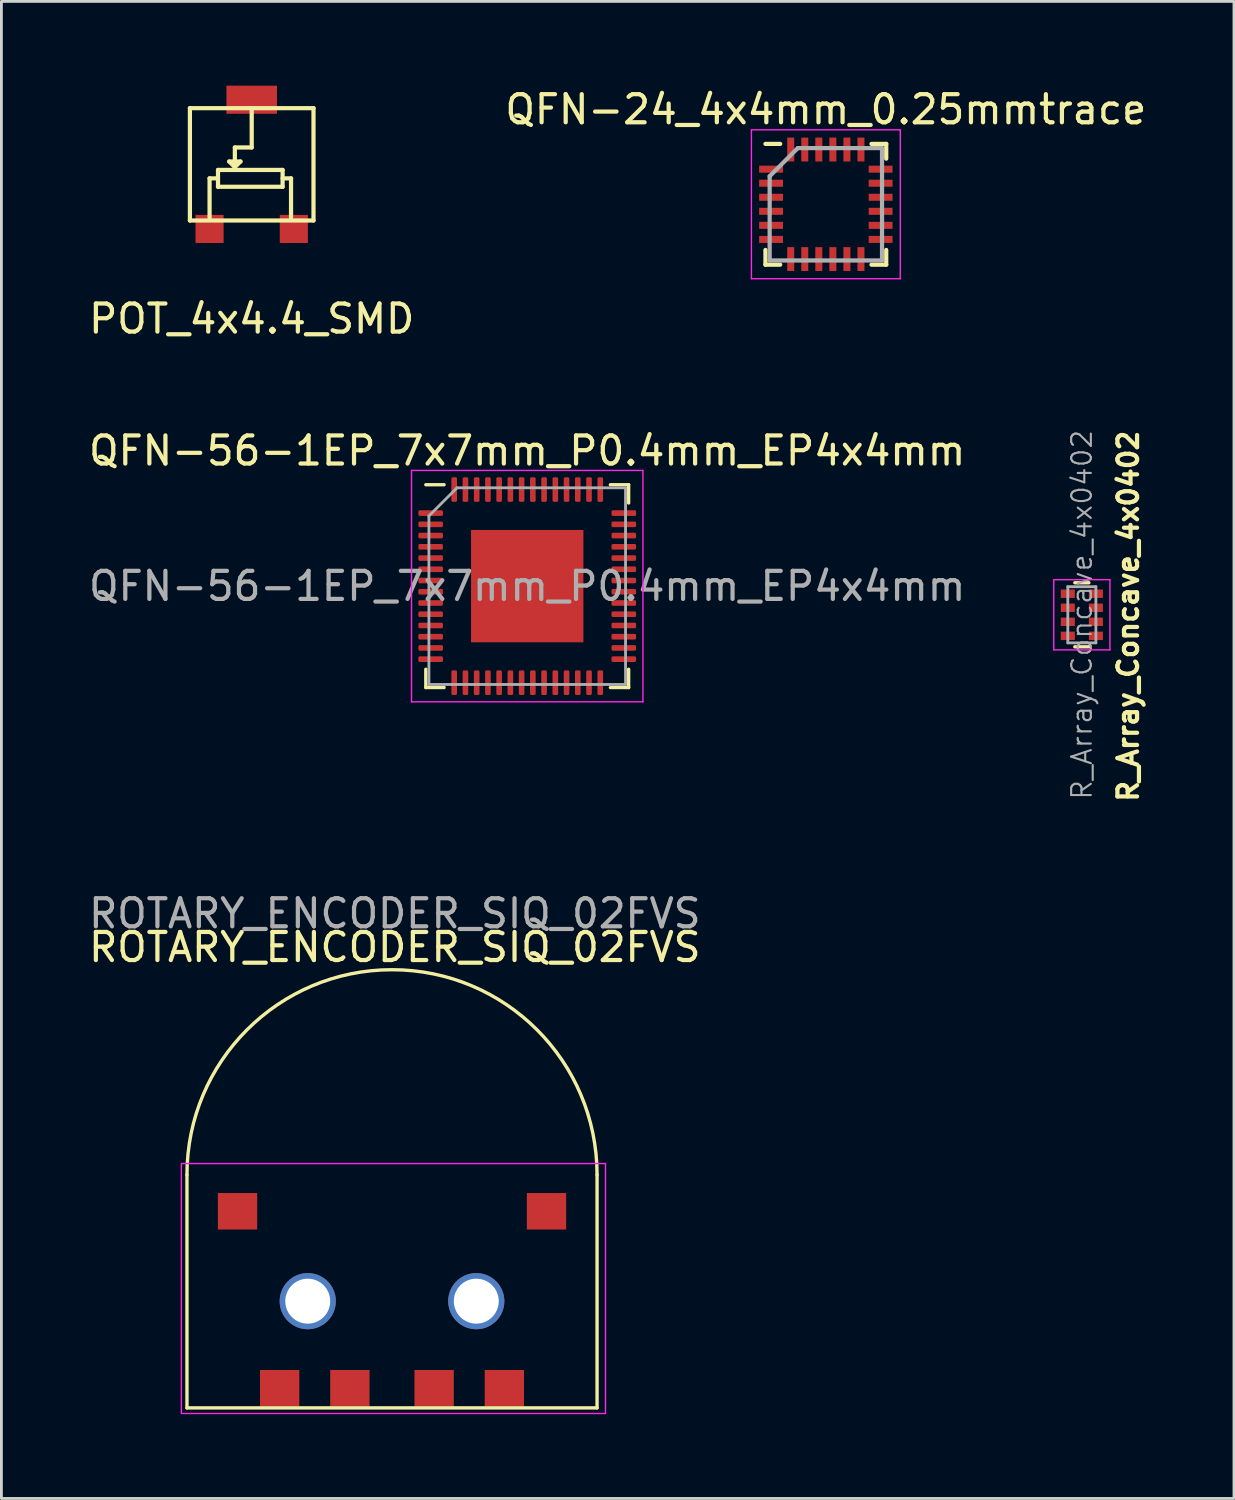
<source format=kicad_pcb>
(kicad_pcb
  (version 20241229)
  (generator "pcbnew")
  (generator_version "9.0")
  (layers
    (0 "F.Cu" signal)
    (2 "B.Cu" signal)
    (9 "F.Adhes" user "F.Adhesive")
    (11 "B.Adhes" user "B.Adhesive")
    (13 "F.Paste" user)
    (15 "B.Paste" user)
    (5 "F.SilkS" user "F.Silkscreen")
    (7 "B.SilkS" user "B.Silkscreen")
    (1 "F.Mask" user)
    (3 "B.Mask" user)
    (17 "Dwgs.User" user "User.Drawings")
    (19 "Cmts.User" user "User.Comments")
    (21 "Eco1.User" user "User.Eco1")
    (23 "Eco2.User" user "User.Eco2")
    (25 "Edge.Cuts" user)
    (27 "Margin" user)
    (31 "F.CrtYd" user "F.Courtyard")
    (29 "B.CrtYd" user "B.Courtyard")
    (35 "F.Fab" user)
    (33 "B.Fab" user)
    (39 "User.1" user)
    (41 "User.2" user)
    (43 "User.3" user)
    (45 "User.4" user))
  (footprint "ROTARY_ENCODER_SIQ_02FVS"
    (layer "F.Cu")
    (at 10.906 43.273)
    (property "Reference" "ROTARY_ENCODER_SIQ_02FVS" (at 0.1 -12.6 0) (unlocked yes) (layer "F.SilkS") (effects (font (size 1 1) (thickness 0.15))))
    (fp_line (start -7.3 -4.5) (end -7.3 3.8) (stroke (width 0.12) (type solid)) (layer "F.SilkS"))
    (fp_line (start -7.3 3.8) (end 7.3 3.8) (stroke (width 0.12) (type solid)) (layer "F.SilkS"))
    (fp_line (start 7.3 3.8) (end 7.3 -4.5) (stroke (width 0.12) (type solid)) (layer "F.SilkS"))
    (fp_arc (start -7.3 -4.5) (mid 0 -11.8) (end 7.3 -4.5) (stroke (width 0.12) (type solid)) (layer "F.SilkS"))
    (fp_rect (start -7.5 4) (end 7.6 -4.9) (stroke (width 0.05) (type solid)) (fill no) (layer "F.CrtYd"))
    (fp_text user "${REFERENCE}" (at 0.1 -13.8 0) (unlocked yes) (layer "F.Fab") (effects (font (size 1 1) (thickness 0.15))))
    (pad "" smd rect (at -5.5 -3.2) (size 1.4 1.3) (layers "F.Cu" "F.Mask" "F.Paste"))
    (pad "" np_thru_hole circle (at -3 0) (size 2 2) (drill 1.6) (layers "*.Cu" "*.Mask"))
    (pad "" np_thru_hole circle (at 3 0) (size 2 2) (drill 1.6) (layers "*.Cu" "*.Mask"))
    (pad "" smd rect (at 5.5 -3.2) (size 1.4 1.3) (layers "F.Cu" "F.Mask" "F.Paste"))
    (pad "1" smd rect (at -4 3.1) (size 1.4 1.3) (layers "F.Cu" "F.Mask" "F.Paste"))
    (pad "2" smd rect (at -1.5 3.1) (size 1.4 1.3) (layers "F.Cu" "F.Mask" "F.Paste"))
    (pad "3" smd rect (at 1.5 3.1) (size 1.4 1.3) (layers "F.Cu" "F.Mask" "F.Paste"))
    (pad "4" smd rect (at 4 3.1) (size 1.4 1.3) (layers "F.Cu" "F.Mask" "F.Paste")))
  (footprint "R_Array_Concave_4x0402"
    (layer "F.Cu")
    (at 35.465 18.837)
    (property "Reference" "R_Array_Concave_4x0402" (at 1.65 0.05 90) (layer "F.SilkS") (effects (font (size 0.7 0.7) (thickness 0.15))))
    (attr smd)
    (fp_line (start 0.25 -1.14) (end -0.25 -1.14) (stroke (width 0.12) (type solid)) (layer "F.SilkS"))
    (fp_line (start 0.25 1.14) (end -0.25 1.14) (stroke (width 0.12) (type solid)) (layer "F.SilkS"))
    (fp_line (start -1 -1.25) (end -1 1.25) (stroke (width 0.05) (type solid)) (layer "F.CrtYd"))
    (fp_line (start -1 -1.25) (end 1 -1.25) (stroke (width 0.05) (type solid)) (layer "F.CrtYd"))
    (fp_line (start 1 1.25) (end -1 1.25) (stroke (width 0.05) (type solid)) (layer "F.CrtYd"))
    (fp_line (start 1 1.25) (end 1 -1.25) (stroke (width 0.05) (type solid)) (layer "F.CrtYd"))
    (fp_line (start -0.5 -1) (end 0.5 -1) (stroke (width 0.1) (type solid)) (layer "F.Fab"))
    (fp_line (start -0.5 1) (end -0.5 -1) (stroke (width 0.1) (type solid)) (layer "F.Fab"))
    (fp_line (start 0.5 -1) (end 0.5 1) (stroke (width 0.1) (type solid)) (layer "F.Fab"))
    (fp_line (start 0.5 1) (end -0.5 1) (stroke (width 0.1) (type solid)) (layer "F.Fab"))
    (fp_text user "${REFERENCE}" (at 0 0 270) (layer "F.Fab") (effects (font (size 0.7 0.7) (thickness 0.075))))
    (pad "1" smd rect (at -0.5 -0.75) (size 0.5 0.3) (layers "F.Cu" "F.Mask" "F.Paste"))
    (pad "2" smd rect (at -0.5 -0.25) (size 0.5 0.3) (layers "F.Cu" "F.Mask" "F.Paste"))
    (pad "3" smd rect (at -0.5 0.25) (size 0.5 0.3) (layers "F.Cu" "F.Mask" "F.Paste"))
    (pad "4" smd rect (at -0.5 0.75) (size 0.5 0.3) (layers "F.Cu" "F.Mask" "F.Paste"))
    (pad "5" smd rect (at 0.5 0.75) (size 0.5 0.3) (layers "F.Cu" "F.Mask" "F.Paste"))
    (pad "6" smd rect (at 0.5 0.25) (size 0.5 0.3) (layers "F.Cu" "F.Mask" "F.Paste"))
    (pad "7" smd rect (at 0.5 -0.25) (size 0.5 0.3) (layers "F.Cu" "F.Mask" "F.Paste"))
    (pad "8" smd rect (at 0.5 -0.75) (size 0.5 0.3) (layers "F.Cu" "F.Mask" "F.Paste")))
  (footprint "QFN-56-1EP_7x7mm_P0.4mm_EP4x4mm"
    (layer "F.Cu")
    (at 15.72 17.817)
    (property "Reference" "QFN-56-1EP_7x7mm_P0.4mm_EP4x4mm" (at 0 -4.82 0) (layer "F.SilkS") (effects (font (size 1 1) (thickness 0.15))))
    (attr smd)
    (fp_line (start -3.61 3.61) (end -3.61 2.96) (stroke (width 0.12) (type solid)) (layer "F.SilkS"))
    (fp_line (start -2.96 -3.61) (end -3.61 -3.61) (stroke (width 0.12) (type solid)) (layer "F.SilkS"))
    (fp_line (start -2.96 3.61) (end -3.61 3.61) (stroke (width 0.12) (type solid)) (layer "F.SilkS"))
    (fp_line (start 2.96 -3.61) (end 3.61 -3.61) (stroke (width 0.12) (type solid)) (layer "F.SilkS"))
    (fp_line (start 2.96 3.61) (end 3.61 3.61) (stroke (width 0.12) (type solid)) (layer "F.SilkS"))
    (fp_line (start 3.61 -3.61) (end 3.61 -2.96) (stroke (width 0.12) (type solid)) (layer "F.SilkS"))
    (fp_line (start 3.61 3.61) (end 3.61 2.96) (stroke (width 0.12) (type solid)) (layer "F.SilkS"))
    (fp_line (start -4.12 -4.12) (end -4.12 4.12) (stroke (width 0.05) (type solid)) (layer "F.CrtYd"))
    (fp_line (start -4.12 4.12) (end 4.12 4.12) (stroke (width 0.05) (type solid)) (layer "F.CrtYd"))
    (fp_line (start 4.12 -4.12) (end -4.12 -4.12) (stroke (width 0.05) (type solid)) (layer "F.CrtYd"))
    (fp_line (start 4.12 4.12) (end 4.12 -4.12) (stroke (width 0.05) (type solid)) (layer "F.CrtYd"))
    (fp_line (start -3.5 -2.5) (end -2.5 -3.5) (stroke (width 0.1) (type solid)) (layer "F.Fab"))
    (fp_line (start -3.5 3.5) (end -3.5 -2.5) (stroke (width 0.1) (type solid)) (layer "F.Fab"))
    (fp_line (start -2.5 -3.5) (end 3.5 -3.5) (stroke (width 0.1) (type solid)) (layer "F.Fab"))
    (fp_line (start 3.5 -3.5) (end 3.5 3.5) (stroke (width 0.1) (type solid)) (layer "F.Fab"))
    (fp_line (start 3.5 3.5) (end -3.5 3.5) (stroke (width 0.1) (type solid)) (layer "F.Fab"))
    (fp_text user "${REFERENCE}" (at 0 0 0) (layer "F.Fab") (effects (font (size 1 1) (thickness 0.15))))
    (pad "1" smd roundrect (at -3.438 -2.6) (size 0.875 0.2) (layers "F.Cu" "F.Mask" "F.Paste") (roundrect_rratio 0.25))
    (pad "2" smd roundrect (at -3.438 -2.2) (size 0.875 0.2) (layers "F.Cu" "F.Mask" "F.Paste") (roundrect_rratio 0.25))
    (pad "3" smd roundrect (at -3.438 -1.8) (size 0.875 0.2) (layers "F.Cu" "F.Mask" "F.Paste") (roundrect_rratio 0.25))
    (pad "4" smd roundrect (at -3.438 -1.4) (size 0.875 0.2) (layers "F.Cu" "F.Mask" "F.Paste") (roundrect_rratio 0.25))
    (pad "5" smd roundrect (at -3.438 -1) (size 0.875 0.2) (layers "F.Cu" "F.Mask" "F.Paste") (roundrect_rratio 0.25))
    (pad "6" smd roundrect (at -3.438 -0.6) (size 0.875 0.2) (layers "F.Cu" "F.Mask" "F.Paste") (roundrect_rratio 0.25))
    (pad "7" smd roundrect (at -3.438 -0.2) (size 0.875 0.2) (layers "F.Cu" "F.Mask" "F.Paste") (roundrect_rratio 0.25))
    (pad "8" smd roundrect (at -3.438 0.2) (size 0.875 0.2) (layers "F.Cu" "F.Mask" "F.Paste") (roundrect_rratio 0.25))
    (pad "9" smd roundrect (at -3.438 0.6) (size 0.875 0.2) (layers "F.Cu" "F.Mask" "F.Paste") (roundrect_rratio 0.25))
    (pad "10" smd roundrect (at -3.438 1) (size 0.875 0.2) (layers "F.Cu" "F.Mask" "F.Paste") (roundrect_rratio 0.25))
    (pad "11" smd roundrect (at -3.438 1.4) (size 0.875 0.2) (layers "F.Cu" "F.Mask" "F.Paste") (roundrect_rratio 0.25))
    (pad "12" smd roundrect (at -3.438 1.8) (size 0.875 0.2) (layers "F.Cu" "F.Mask" "F.Paste") (roundrect_rratio 0.25))
    (pad "13" smd roundrect (at -3.438 2.2) (size 0.875 0.2) (layers "F.Cu" "F.Mask" "F.Paste") (roundrect_rratio 0.25))
    (pad "14" smd roundrect (at -3.438 2.6) (size 0.875 0.2) (layers "F.Cu" "F.Mask" "F.Paste") (roundrect_rratio 0.25))
    (pad "15" smd roundrect (at -2.6 3.438) (size 0.2 0.875) (layers "F.Cu" "F.Mask" "F.Paste") (roundrect_rratio 0.25))
    (pad "16" smd roundrect (at -2.2 3.438) (size 0.2 0.875) (layers "F.Cu" "F.Mask" "F.Paste") (roundrect_rratio 0.25))
    (pad "17" smd roundrect (at -1.8 3.438) (size 0.2 0.875) (layers "F.Cu" "F.Mask" "F.Paste") (roundrect_rratio 0.25))
    (pad "18" smd roundrect (at -1.4 3.438) (size 0.2 0.875) (layers "F.Cu" "F.Mask" "F.Paste") (roundrect_rratio 0.25))
    (pad "19" smd roundrect (at -1 3.438) (size 0.2 0.875) (layers "F.Cu" "F.Mask" "F.Paste") (roundrect_rratio 0.25))
    (pad "20" smd roundrect (at -0.6 3.438) (size 0.2 0.875) (layers "F.Cu" "F.Mask" "F.Paste") (roundrect_rratio 0.25))
    (pad "21" smd roundrect (at -0.2 3.438) (size 0.2 0.875) (layers "F.Cu" "F.Mask" "F.Paste") (roundrect_rratio 0.25))
    (pad "22" smd roundrect (at 0.2 3.438) (size 0.2 0.875) (layers "F.Cu" "F.Mask" "F.Paste") (roundrect_rratio 0.25))
    (pad "23" smd roundrect (at 0.6 3.438) (size 0.2 0.875) (layers "F.Cu" "F.Mask" "F.Paste") (roundrect_rratio 0.25))
    (pad "24" smd roundrect (at 1 3.438) (size 0.2 0.875) (layers "F.Cu" "F.Mask" "F.Paste") (roundrect_rratio 0.25))
    (pad "25" smd roundrect (at 1.4 3.438) (size 0.2 0.875) (layers "F.Cu" "F.Mask" "F.Paste") (roundrect_rratio 0.25))
    (pad "26" smd roundrect (at 1.8 3.438) (size 0.2 0.875) (layers "F.Cu" "F.Mask" "F.Paste") (roundrect_rratio 0.25))
    (pad "27" smd roundrect (at 2.2 3.438) (size 0.2 0.875) (layers "F.Cu" "F.Mask" "F.Paste") (roundrect_rratio 0.25))
    (pad "28" smd roundrect (at 2.6 3.438) (size 0.2 0.875) (layers "F.Cu" "F.Mask" "F.Paste") (roundrect_rratio 0.25))
    (pad "29" smd roundrect (at 3.438 2.6) (size 0.875 0.2) (layers "F.Cu" "F.Mask" "F.Paste") (roundrect_rratio 0.25))
    (pad "30" smd roundrect (at 3.438 2.2) (size 0.875 0.2) (layers "F.Cu" "F.Mask" "F.Paste") (roundrect_rratio 0.25))
    (pad "31" smd roundrect (at 3.438 1.8) (size 0.875 0.2) (layers "F.Cu" "F.Mask" "F.Paste") (roundrect_rratio 0.25))
    (pad "32" smd roundrect (at 3.438 1.4) (size 0.875 0.2) (layers "F.Cu" "F.Mask" "F.Paste") (roundrect_rratio 0.25))
    (pad "33" smd roundrect (at 3.438 1) (size 0.875 0.2) (layers "F.Cu" "F.Mask" "F.Paste") (roundrect_rratio 0.25))
    (pad "34" smd roundrect (at 3.438 0.6) (size 0.875 0.2) (layers "F.Cu" "F.Mask" "F.Paste") (roundrect_rratio 0.25))
    (pad "35" smd roundrect (at 3.438 0.2) (size 0.875 0.2) (layers "F.Cu" "F.Mask" "F.Paste") (roundrect_rratio 0.25))
    (pad "36" smd roundrect (at 3.438 -0.2) (size 0.875 0.2) (layers "F.Cu" "F.Mask" "F.Paste") (roundrect_rratio 0.25))
    (pad "37" smd roundrect (at 3.438 -0.6) (size 0.875 0.2) (layers "F.Cu" "F.Mask" "F.Paste") (roundrect_rratio 0.25))
    (pad "38" smd roundrect (at 3.438 -1) (size 0.875 0.2) (layers "F.Cu" "F.Mask" "F.Paste") (roundrect_rratio 0.25))
    (pad "39" smd roundrect (at 3.438 -1.4) (size 0.875 0.2) (layers "F.Cu" "F.Mask" "F.Paste") (roundrect_rratio 0.25))
    (pad "40" smd roundrect (at 3.438 -1.8) (size 0.875 0.2) (layers "F.Cu" "F.Mask" "F.Paste") (roundrect_rratio 0.25))
    (pad "41" smd roundrect (at 3.438 -2.2) (size 0.875 0.2) (layers "F.Cu" "F.Mask" "F.Paste") (roundrect_rratio 0.25))
    (pad "42" smd roundrect (at 3.438 -2.6) (size 0.875 0.2) (layers "F.Cu" "F.Mask" "F.Paste") (roundrect_rratio 0.25))
    (pad "43" smd roundrect (at 2.6 -3.438) (size 0.2 0.875) (layers "F.Cu" "F.Mask" "F.Paste") (roundrect_rratio 0.25))
    (pad "44" smd roundrect (at 2.2 -3.438) (size 0.2 0.875) (layers "F.Cu" "F.Mask" "F.Paste") (roundrect_rratio 0.25))
    (pad "45" smd roundrect (at 1.8 -3.438) (size 0.2 0.875) (layers "F.Cu" "F.Mask" "F.Paste") (roundrect_rratio 0.25))
    (pad "46" smd roundrect (at 1.4 -3.438) (size 0.2 0.875) (layers "F.Cu" "F.Mask" "F.Paste") (roundrect_rratio 0.25))
    (pad "47" smd roundrect (at 1 -3.438) (size 0.2 0.875) (layers "F.Cu" "F.Mask" "F.Paste") (roundrect_rratio 0.25))
    (pad "48" smd roundrect (at 0.6 -3.438) (size 0.2 0.875) (layers "F.Cu" "F.Mask" "F.Paste") (roundrect_rratio 0.25))
    (pad "49" smd roundrect (at 0.2 -3.438) (size 0.2 0.875) (layers "F.Cu" "F.Mask" "F.Paste") (roundrect_rratio 0.25))
    (pad "50" smd roundrect (at -0.2 -3.438) (size 0.2 0.875) (layers "F.Cu" "F.Mask" "F.Paste") (roundrect_rratio 0.25))
    (pad "51" smd roundrect (at -0.6 -3.438) (size 0.2 0.875) (layers "F.Cu" "F.Mask" "F.Paste") (roundrect_rratio 0.25))
    (pad "52" smd roundrect (at -1 -3.438) (size 0.2 0.875) (layers "F.Cu" "F.Mask" "F.Paste") (roundrect_rratio 0.25))
    (pad "53" smd roundrect (at -1.4 -3.438) (size 0.2 0.875) (layers "F.Cu" "F.Mask" "F.Paste") (roundrect_rratio 0.25))
    (pad "54" smd roundrect (at -1.8 -3.438) (size 0.2 0.875) (layers "F.Cu" "F.Mask" "F.Paste") (roundrect_rratio 0.25))
    (pad "55" smd roundrect (at -2.2 -3.438) (size 0.2 0.875) (layers "F.Cu" "F.Mask" "F.Paste") (roundrect_rratio 0.25))
    (pad "56" smd roundrect (at -2.6 -3.438) (size 0.2 0.875) (layers "F.Cu" "F.Mask" "F.Paste") (roundrect_rratio 0.25))
    (pad "57" smd rect (at 0 0) (size 4 4) (layers "F.Cu" "F.Mask")))
  (footprint "QFN-24_4x4mm_0.25mmtrace"
    (layer "F.Cu")
    (at 26.351 4.223)
    (property "Reference" "QFN-24_4x4mm_0.25mmtrace" (at 0 -3.375 0) (layer "F.SilkS") (effects (font (size 1 1) (thickness 0.15))))
    (attr smd)
    (fp_line (start -2.15 -2.15) (end -1.625 -2.15) (stroke (width 0.15) (type solid)) (layer "F.SilkS"))
    (fp_line (start -2.15 2.15) (end -2.15 1.625) (stroke (width 0.15) (type solid)) (layer "F.SilkS"))
    (fp_line (start -2.15 2.15) (end -1.625 2.15) (stroke (width 0.15) (type solid)) (layer "F.SilkS"))
    (fp_line (start 2.15 -2.15) (end 1.625 -2.15) (stroke (width 0.15) (type solid)) (layer "F.SilkS"))
    (fp_line (start 2.15 -2.15) (end 2.15 -1.625) (stroke (width 0.15) (type solid)) (layer "F.SilkS"))
    (fp_line (start 2.15 2.15) (end 1.625 2.15) (stroke (width 0.15) (type solid)) (layer "F.SilkS"))
    (fp_line (start 2.15 2.15) (end 2.15 1.625) (stroke (width 0.15) (type solid)) (layer "F.SilkS"))
    (fp_line (start -2.65 -2.65) (end -2.65 2.65) (stroke (width 0.05) (type solid)) (layer "F.CrtYd"))
    (fp_line (start -2.65 -2.65) (end 2.65 -2.65) (stroke (width 0.05) (type solid)) (layer "F.CrtYd"))
    (fp_line (start -2.65 2.65) (end 2.65 2.65) (stroke (width 0.05) (type solid)) (layer "F.CrtYd"))
    (fp_line (start 2.65 -2.65) (end 2.65 2.65) (stroke (width 0.05) (type solid)) (layer "F.CrtYd"))
    (fp_line (start -2 -1) (end -1 -2) (stroke (width 0.15) (type solid)) (layer "F.Fab"))
    (fp_line (start -2 2) (end -2 -1) (stroke (width 0.15) (type solid)) (layer "F.Fab"))
    (fp_line (start -1 -2) (end 2 -2) (stroke (width 0.15) (type solid)) (layer "F.Fab"))
    (fp_line (start 2 -2) (end 2 2) (stroke (width 0.15) (type solid)) (layer "F.Fab"))
    (fp_line (start 2 2) (end -2 2) (stroke (width 0.15) (type solid)) (layer "F.Fab"))
    (pad "1" smd rect (at -1.95 -1.25) (size 0.85 0.25) (layers "F.Cu" "F.Mask" "F.Paste"))
    (pad "2" smd rect (at -1.95 -0.75) (size 0.85 0.25) (layers "F.Cu" "F.Mask" "F.Paste"))
    (pad "3" smd rect (at -1.95 -0.25) (size 0.85 0.25) (layers "F.Cu" "F.Mask" "F.Paste"))
    (pad "4" smd rect (at -1.95 0.25) (size 0.85 0.25) (layers "F.Cu" "F.Mask" "F.Paste"))
    (pad "5" smd rect (at -1.95 0.75) (size 0.85 0.25) (layers "F.Cu" "F.Mask" "F.Paste"))
    (pad "6" smd rect (at -1.95 1.25) (size 0.85 0.25) (layers "F.Cu" "F.Mask" "F.Paste"))
    (pad "7" smd rect (at -1.25 1.95 90) (size 0.85 0.25) (layers "F.Cu" "F.Mask" "F.Paste"))
    (pad "8" smd rect (at -0.75 1.95 90) (size 0.85 0.25) (layers "F.Cu" "F.Mask" "F.Paste"))
    (pad "9" smd rect (at -0.25 1.95 90) (size 0.85 0.25) (layers "F.Cu" "F.Mask" "F.Paste"))
    (pad "10" smd rect (at 0.25 1.95 90) (size 0.85 0.25) (layers "F.Cu" "F.Mask" "F.Paste"))
    (pad "11" smd rect (at 0.75 1.95 90) (size 0.85 0.25) (layers "F.Cu" "F.Mask" "F.Paste"))
    (pad "12" smd rect (at 1.25 1.95 90) (size 0.85 0.25) (layers "F.Cu" "F.Mask" "F.Paste"))
    (pad "13" smd rect (at 1.95 1.25) (size 0.85 0.25) (layers "F.Cu" "F.Mask" "F.Paste"))
    (pad "14" smd rect (at 1.95 0.75) (size 0.85 0.25) (layers "F.Cu" "F.Mask" "F.Paste"))
    (pad "15" smd rect (at 1.95 0.25) (size 0.85 0.25) (layers "F.Cu" "F.Mask" "F.Paste"))
    (pad "16" smd rect (at 1.95 -0.25) (size 0.85 0.25) (layers "F.Cu" "F.Mask" "F.Paste"))
    (pad "17" smd rect (at 1.95 -0.75) (size 0.85 0.25) (layers "F.Cu" "F.Mask" "F.Paste"))
    (pad "18" smd rect (at 1.95 -1.25) (size 0.85 0.25) (layers "F.Cu" "F.Mask" "F.Paste"))
    (pad "19" smd rect (at 1.25 -1.95 90) (size 0.85 0.25) (layers "F.Cu" "F.Mask" "F.Paste"))
    (pad "20" smd rect (at 0.75 -1.95 90) (size 0.85 0.25) (layers "F.Cu" "F.Mask" "F.Paste"))
    (pad "21" smd rect (at 0.25 -1.95 90) (size 0.85 0.25) (layers "F.Cu" "F.Mask" "F.Paste"))
    (pad "22" smd rect (at -0.25 -1.95 90) (size 0.85 0.25) (layers "F.Cu" "F.Mask" "F.Paste"))
    (pad "23" smd rect (at -0.75 -1.95 90) (size 0.85 0.25) (layers "F.Cu" "F.Mask" "F.Paste"))
    (pad "24" smd rect (at -1.25 -1.95 90) (size 0.85 0.25) (layers "F.Cu" "F.Mask" "F.Paste")))
  (footprint "POT_4x4.4_SMD"
    (layer "F.Cu")
    (at 5.911 2.8)
    (property "Reference" "POT_4x4.4_SMD" (at 0 5.5 0) (layer "F.SilkS") (effects (font (size 1 1) (thickness 0.15))))
    (attr through_hole)
    (fp_line (start -2.2 -2) (end 2.2 -2) (stroke (width 0.15) (type solid)) (layer "F.SilkS"))
    (fp_line (start -2.2 2) (end -2.2 -2) (stroke (width 0.15) (type solid)) (layer "F.SilkS"))
    (fp_line (start -1.5 0.5) (end -1.5 1.9) (stroke (width 0.15) (type solid)) (layer "F.SilkS"))
    (fp_line (start -1.2 0.2) (end 1.1 0.2) (stroke (width 0.15) (type solid)) (layer "F.SilkS"))
    (fp_line (start -1.2 0.5) (end -1.5 0.5) (stroke (width 0.15) (type solid)) (layer "F.SilkS"))
    (fp_line (start -1.2 0.8) (end -1.2 0.2) (stroke (width 0.15) (type solid)) (layer "F.SilkS"))
    (fp_line (start -0.8 -0.1) (end -0.4 -0.1) (stroke (width 0.15) (type solid)) (layer "F.SilkS"))
    (fp_line (start -0.6 -0.6) (end -0.6 0.1) (stroke (width 0.15) (type solid)) (layer "F.SilkS"))
    (fp_line (start -0.6 0.1) (end -0.8 -0.1) (stroke (width 0.15) (type solid)) (layer "F.SilkS"))
    (fp_line (start -0.4 -0.1) (end -0.6 0.1) (stroke (width 0.15) (type solid)) (layer "F.SilkS"))
    (fp_line (start 0 -2) (end 0 -0.6) (stroke (width 0.15) (type solid)) (layer "F.SilkS"))
    (fp_line (start 0 -0.6) (end -0.6 -0.6) (stroke (width 0.15) (type solid)) (layer "F.SilkS"))
    (fp_line (start 1.1 0.2) (end 1.1 0.8) (stroke (width 0.15) (type solid)) (layer "F.SilkS"))
    (fp_line (start 1.1 0.5) (end 1.4 0.5) (stroke (width 0.15) (type solid)) (layer "F.SilkS"))
    (fp_line (start 1.1 0.8) (end -1.2 0.8) (stroke (width 0.15) (type solid)) (layer "F.SilkS"))
    (fp_line (start 1.4 0.5) (end 1.4 1.9) (stroke (width 0.15) (type solid)) (layer "F.SilkS"))
    (fp_line (start 2.2 -2) (end 2.2 2) (stroke (width 0.15) (type solid)) (layer "F.SilkS"))
    (fp_line (start 2.2 2) (end -2.2 2) (stroke (width 0.15) (type solid)) (layer "F.SilkS"))
    (pad "1" smd rect (at -1.5 2.3) (size 1 1) (layers "F.Cu" "F.Mask" "F.Paste"))
    (pad "2" smd rect (at 0 -2.3) (size 1.8 1) (layers "F.Cu" "F.Mask" "F.Paste"))
    (pad "3" smd rect (at 1.5 2.3) (size 1 1) (layers "F.Cu" "F.Mask" "F.Paste")))
  (gr_rect
    (start -3 -3)
    (end 40.881 50.298)
    (stroke (width 0.1) (type default))
    (fill no)
    (layer "Edge.Cuts")))
</source>
